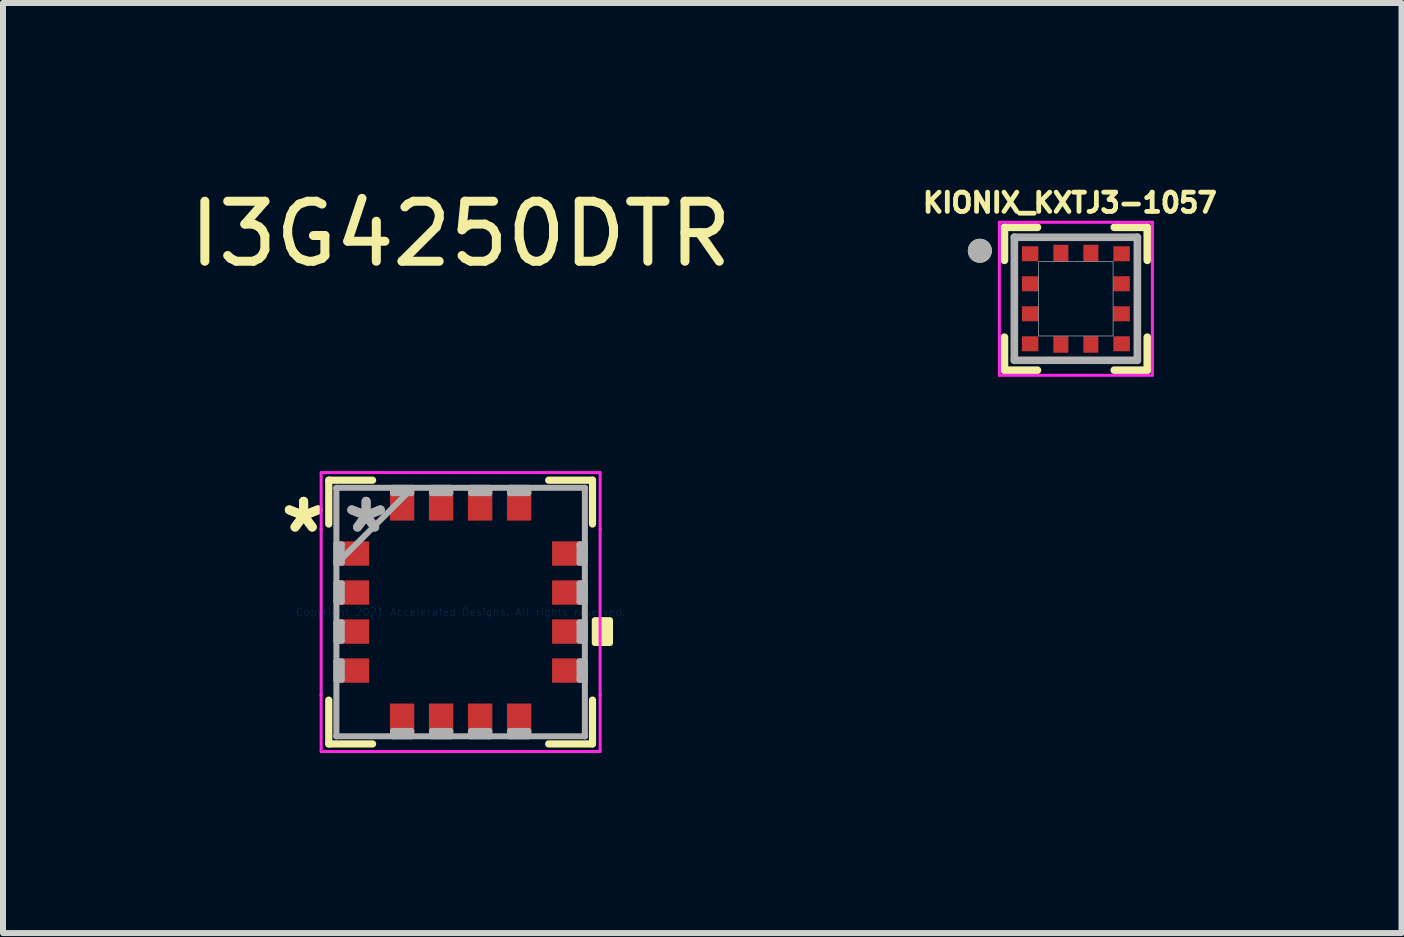
<source format=kicad_pcb>
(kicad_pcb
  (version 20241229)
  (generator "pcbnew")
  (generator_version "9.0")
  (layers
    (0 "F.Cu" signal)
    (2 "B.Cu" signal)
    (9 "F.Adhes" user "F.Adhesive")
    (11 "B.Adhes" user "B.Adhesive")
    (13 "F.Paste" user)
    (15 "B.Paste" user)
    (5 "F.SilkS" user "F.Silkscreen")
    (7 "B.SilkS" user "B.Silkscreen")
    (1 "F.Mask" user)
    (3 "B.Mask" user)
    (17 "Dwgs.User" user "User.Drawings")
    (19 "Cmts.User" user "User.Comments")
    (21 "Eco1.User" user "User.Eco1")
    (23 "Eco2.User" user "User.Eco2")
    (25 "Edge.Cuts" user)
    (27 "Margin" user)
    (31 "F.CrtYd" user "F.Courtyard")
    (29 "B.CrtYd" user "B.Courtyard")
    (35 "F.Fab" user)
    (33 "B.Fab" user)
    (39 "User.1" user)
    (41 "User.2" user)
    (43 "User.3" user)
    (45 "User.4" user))
  (footprint "I3G4250DTR"
    (layer "F.Cu")
    (at 4.625 7.148)
    (property "Reference" "I3G4250DTR" (at 0 -6.3 0) (layer "F.SilkS") (effects (font (size 1 1) (thickness 0.15))))
    (attr through_hole)
    (fp_line (start -2.197 -2.197) (end -2.197 -1.467) (stroke (width 0.12) (type solid)) (layer "F.SilkS"))
    (fp_line (start -2.197 1.467) (end -2.197 2.197) (stroke (width 0.12) (type solid)) (layer "F.SilkS"))
    (fp_line (start -2.197 2.197) (end -1.467 2.197) (stroke (width 0.12) (type solid)) (layer "F.SilkS"))
    (fp_line (start -1.467 -2.197) (end -2.197 -2.197) (stroke (width 0.12) (type solid)) (layer "F.SilkS"))
    (fp_line (start 1.467 2.197) (end 2.197 2.197) (stroke (width 0.12) (type solid)) (layer "F.SilkS"))
    (fp_line (start 2.197 -2.197) (end 1.467 -2.197) (stroke (width 0.12) (type solid)) (layer "F.SilkS"))
    (fp_line (start 2.197 -1.467) (end 2.197 -2.197) (stroke (width 0.12) (type solid)) (layer "F.SilkS"))
    (fp_line (start 2.197 2.197) (end 2.197 1.467) (stroke (width 0.12) (type solid)) (layer "F.SilkS"))
    (fp_poly (pts (xy 2.489 0.135) (xy 2.489 0.516) (xy 2.235 0.516) (xy 2.235 0.135)) (stroke (width 0.1) (type solid)) (fill yes) (layer "F.SilkS"))
    (fp_line (start -2.324 -2.324) (end -1.381 -2.324) (stroke (width 0.05) (type solid)) (layer "F.CrtYd"))
    (fp_line (start -2.324 -1.381) (end -2.324 -2.324) (stroke (width 0.05) (type solid)) (layer "F.CrtYd"))
    (fp_line (start -2.324 -1.381) (end -2.324 -1.381) (stroke (width 0.05) (type solid)) (layer "F.CrtYd"))
    (fp_line (start -2.324 1.381) (end -2.324 -1.381) (stroke (width 0.05) (type solid)) (layer "F.CrtYd"))
    (fp_line (start -2.324 1.381) (end -2.324 1.381) (stroke (width 0.05) (type solid)) (layer "F.CrtYd"))
    (fp_line (start -2.324 2.324) (end -2.324 1.381) (stroke (width 0.05) (type solid)) (layer "F.CrtYd"))
    (fp_line (start -1.381 -2.324) (end -1.381 -2.324) (stroke (width 0.05) (type solid)) (layer "F.CrtYd"))
    (fp_line (start -1.381 -2.324) (end 1.381 -2.324) (stroke (width 0.05) (type solid)) (layer "F.CrtYd"))
    (fp_line (start -1.381 2.324) (end -2.324 2.324) (stroke (width 0.05) (type solid)) (layer "F.CrtYd"))
    (fp_line (start -1.381 2.324) (end -1.381 2.324) (stroke (width 0.05) (type solid)) (layer "F.CrtYd"))
    (fp_line (start 1.381 -2.324) (end 1.381 -2.324) (stroke (width 0.05) (type solid)) (layer "F.CrtYd"))
    (fp_line (start 1.381 -2.324) (end 2.324 -2.324) (stroke (width 0.05) (type solid)) (layer "F.CrtYd"))
    (fp_line (start 1.381 2.324) (end -1.381 2.324) (stroke (width 0.05) (type solid)) (layer "F.CrtYd"))
    (fp_line (start 1.381 2.324) (end 1.381 2.324) (stroke (width 0.05) (type solid)) (layer "F.CrtYd"))
    (fp_line (start 2.324 -2.324) (end 2.324 -1.381) (stroke (width 0.05) (type solid)) (layer "F.CrtYd"))
    (fp_line (start 2.324 -1.381) (end 2.324 -1.381) (stroke (width 0.05) (type solid)) (layer "F.CrtYd"))
    (fp_line (start 2.324 -1.381) (end 2.324 1.381) (stroke (width 0.05) (type solid)) (layer "F.CrtYd"))
    (fp_line (start 2.324 1.381) (end 2.324 1.381) (stroke (width 0.05) (type solid)) (layer "F.CrtYd"))
    (fp_line (start 2.324 1.381) (end 2.324 2.324) (stroke (width 0.05) (type solid)) (layer "F.CrtYd"))
    (fp_line (start 2.324 2.324) (end 1.381 2.324) (stroke (width 0.05) (type solid)) (layer "F.CrtYd"))
    (fp_line (start -2.07 -2.07) (end -2.07 -2.07) (stroke (width 0.1) (type solid)) (layer "F.Fab"))
    (fp_line (start -2.07 -2.07) (end -2.07 2.07) (stroke (width 0.1) (type solid)) (layer "F.Fab"))
    (fp_line (start -2.07 -1.127) (end -1.981 -1.127) (stroke (width 0.1) (type solid)) (layer "F.Fab"))
    (fp_line (start -2.07 -0.823) (end -2.07 -1.127) (stroke (width 0.1) (type solid)) (layer "F.Fab"))
    (fp_line (start -2.07 -0.8) (end -0.8 -2.07) (stroke (width 0.1) (type solid)) (layer "F.Fab"))
    (fp_line (start -2.07 -0.477) (end -1.981 -0.477) (stroke (width 0.1) (type solid)) (layer "F.Fab"))
    (fp_line (start -2.07 -0.173) (end -2.07 -0.477) (stroke (width 0.1) (type solid)) (layer "F.Fab"))
    (fp_line (start -2.07 0.173) (end -1.981 0.173) (stroke (width 0.1) (type solid)) (layer "F.Fab"))
    (fp_line (start -2.07 0.477) (end -2.07 0.173) (stroke (width 0.1) (type solid)) (layer "F.Fab"))
    (fp_line (start -2.07 0.823) (end -1.981 0.823) (stroke (width 0.1) (type solid)) (layer "F.Fab"))
    (fp_line (start -2.07 1.127) (end -2.07 0.823) (stroke (width 0.1) (type solid)) (layer "F.Fab"))
    (fp_line (start -2.07 2.07) (end -2.07 2.07) (stroke (width 0.1) (type solid)) (layer "F.Fab"))
    (fp_line (start -2.07 2.07) (end 2.07 2.07) (stroke (width 0.1) (type solid)) (layer "F.Fab"))
    (fp_line (start -1.981 -1.127) (end -1.981 -0.823) (stroke (width 0.1) (type solid)) (layer "F.Fab"))
    (fp_line (start -1.981 -0.823) (end -2.07 -0.823) (stroke (width 0.1) (type solid)) (layer "F.Fab"))
    (fp_line (start -1.981 -0.477) (end -1.981 -0.173) (stroke (width 0.1) (type solid)) (layer "F.Fab"))
    (fp_line (start -1.981 -0.173) (end -2.07 -0.173) (stroke (width 0.1) (type solid)) (layer "F.Fab"))
    (fp_line (start -1.981 0.173) (end -1.981 0.477) (stroke (width 0.1) (type solid)) (layer "F.Fab"))
    (fp_line (start -1.981 0.477) (end -2.07 0.477) (stroke (width 0.1) (type solid)) (layer "F.Fab"))
    (fp_line (start -1.981 0.823) (end -1.981 1.127) (stroke (width 0.1) (type solid)) (layer "F.Fab"))
    (fp_line (start -1.981 1.127) (end -2.07 1.127) (stroke (width 0.1) (type solid)) (layer "F.Fab"))
    (fp_line (start -1.127 -2.07) (end -0.823 -2.07) (stroke (width 0.1) (type solid)) (layer "F.Fab"))
    (fp_line (start -1.127 -1.981) (end -1.127 -2.07) (stroke (width 0.1) (type solid)) (layer "F.Fab"))
    (fp_line (start -1.127 1.981) (end -0.823 1.981) (stroke (width 0.1) (type solid)) (layer "F.Fab"))
    (fp_line (start -1.127 2.07) (end -1.127 1.981) (stroke (width 0.1) (type solid)) (layer "F.Fab"))
    (fp_line (start -0.823 -2.07) (end -0.823 -1.981) (stroke (width 0.1) (type solid)) (layer "F.Fab"))
    (fp_line (start -0.823 -1.981) (end -1.127 -1.981) (stroke (width 0.1) (type solid)) (layer "F.Fab"))
    (fp_line (start -0.823 1.981) (end -0.823 2.07) (stroke (width 0.1) (type solid)) (layer "F.Fab"))
    (fp_line (start -0.823 2.07) (end -1.127 2.07) (stroke (width 0.1) (type solid)) (layer "F.Fab"))
    (fp_line (start -0.477 -2.07) (end -0.173 -2.07) (stroke (width 0.1) (type solid)) (layer "F.Fab"))
    (fp_line (start -0.477 -1.981) (end -0.477 -2.07) (stroke (width 0.1) (type solid)) (layer "F.Fab"))
    (fp_line (start -0.477 1.981) (end -0.173 1.981) (stroke (width 0.1) (type solid)) (layer "F.Fab"))
    (fp_line (start -0.477 2.07) (end -0.477 1.981) (stroke (width 0.1) (type solid)) (layer "F.Fab"))
    (fp_line (start -0.173 -2.07) (end -0.173 -1.981) (stroke (width 0.1) (type solid)) (layer "F.Fab"))
    (fp_line (start -0.173 -1.981) (end -0.477 -1.981) (stroke (width 0.1) (type solid)) (layer "F.Fab"))
    (fp_line (start -0.173 1.981) (end -0.173 2.07) (stroke (width 0.1) (type solid)) (layer "F.Fab"))
    (fp_line (start -0.173 2.07) (end -0.477 2.07) (stroke (width 0.1) (type solid)) (layer "F.Fab"))
    (fp_line (start 0.173 -2.07) (end 0.477 -2.07) (stroke (width 0.1) (type solid)) (layer "F.Fab"))
    (fp_line (start 0.173 -1.981) (end 0.173 -2.07) (stroke (width 0.1) (type solid)) (layer "F.Fab"))
    (fp_line (start 0.173 1.981) (end 0.477 1.981) (stroke (width 0.1) (type solid)) (layer "F.Fab"))
    (fp_line (start 0.173 2.07) (end 0.173 1.981) (stroke (width 0.1) (type solid)) (layer "F.Fab"))
    (fp_line (start 0.477 -2.07) (end 0.477 -1.981) (stroke (width 0.1) (type solid)) (layer "F.Fab"))
    (fp_line (start 0.477 -1.981) (end 0.173 -1.981) (stroke (width 0.1) (type solid)) (layer "F.Fab"))
    (fp_line (start 0.477 1.981) (end 0.477 2.07) (stroke (width 0.1) (type solid)) (layer "F.Fab"))
    (fp_line (start 0.477 2.07) (end 0.173 2.07) (stroke (width 0.1) (type solid)) (layer "F.Fab"))
    (fp_line (start 0.823 -2.07) (end 1.127 -2.07) (stroke (width 0.1) (type solid)) (layer "F.Fab"))
    (fp_line (start 0.823 -1.981) (end 0.823 -2.07) (stroke (width 0.1) (type solid)) (layer "F.Fab"))
    (fp_line (start 0.823 1.981) (end 1.127 1.981) (stroke (width 0.1) (type solid)) (layer "F.Fab"))
    (fp_line (start 0.823 2.07) (end 0.823 1.981) (stroke (width 0.1) (type solid)) (layer "F.Fab"))
    (fp_line (start 1.127 -2.07) (end 1.127 -1.981) (stroke (width 0.1) (type solid)) (layer "F.Fab"))
    (fp_line (start 1.127 -1.981) (end 0.823 -1.981) (stroke (width 0.1) (type solid)) (layer "F.Fab"))
    (fp_line (start 1.127 1.981) (end 1.127 2.07) (stroke (width 0.1) (type solid)) (layer "F.Fab"))
    (fp_line (start 1.127 2.07) (end 0.823 2.07) (stroke (width 0.1) (type solid)) (layer "F.Fab"))
    (fp_line (start 1.981 -1.127) (end 2.07 -1.127) (stroke (width 0.1) (type solid)) (layer "F.Fab"))
    (fp_line (start 1.981 -0.823) (end 1.981 -1.127) (stroke (width 0.1) (type solid)) (layer "F.Fab"))
    (fp_line (start 1.981 -0.477) (end 2.07 -0.477) (stroke (width 0.1) (type solid)) (layer "F.Fab"))
    (fp_line (start 1.981 -0.173) (end 1.981 -0.477) (stroke (width 0.1) (type solid)) (layer "F.Fab"))
    (fp_line (start 1.981 0.173) (end 2.07 0.173) (stroke (width 0.1) (type solid)) (layer "F.Fab"))
    (fp_line (start 1.981 0.477) (end 1.981 0.173) (stroke (width 0.1) (type solid)) (layer "F.Fab"))
    (fp_line (start 1.981 0.823) (end 2.07 0.823) (stroke (width 0.1) (type solid)) (layer "F.Fab"))
    (fp_line (start 1.981 1.127) (end 1.981 0.823) (stroke (width 0.1) (type solid)) (layer "F.Fab"))
    (fp_line (start 2.07 -2.07) (end -2.07 -2.07) (stroke (width 0.1) (type solid)) (layer "F.Fab"))
    (fp_line (start 2.07 -2.07) (end 2.07 -2.07) (stroke (width 0.1) (type solid)) (layer "F.Fab"))
    (fp_line (start 2.07 -1.127) (end 2.07 -0.823) (stroke (width 0.1) (type solid)) (layer "F.Fab"))
    (fp_line (start 2.07 -0.823) (end 1.981 -0.823) (stroke (width 0.1) (type solid)) (layer "F.Fab"))
    (fp_line (start 2.07 -0.477) (end 2.07 -0.173) (stroke (width 0.1) (type solid)) (layer "F.Fab"))
    (fp_line (start 2.07 -0.173) (end 1.981 -0.173) (stroke (width 0.1) (type solid)) (layer "F.Fab"))
    (fp_line (start 2.07 0.173) (end 2.07 0.477) (stroke (width 0.1) (type solid)) (layer "F.Fab"))
    (fp_line (start 2.07 0.477) (end 1.981 0.477) (stroke (width 0.1) (type solid)) (layer "F.Fab"))
    (fp_line (start 2.07 0.823) (end 2.07 1.127) (stroke (width 0.1) (type solid)) (layer "F.Fab"))
    (fp_line (start 2.07 1.127) (end 1.981 1.127) (stroke (width 0.1) (type solid)) (layer "F.Fab"))
    (fp_line (start 2.07 2.07) (end 2.07 -2.07) (stroke (width 0.1) (type solid)) (layer "F.Fab"))
    (fp_line (start 2.07 2.07) (end 2.07 2.07) (stroke (width 0.1) (type solid)) (layer "F.Fab"))
    (fp_text user "*" (at -2.616 -1.3 0) (layer "F.SilkS") (effects (font (size 1 1) (thickness 0.15))))
    (fp_text user "*" (at -2.616 -1.3 0) (layer "F.SilkS") (effects (font (size 1 1) (thickness 0.15))))
    (fp_text user "Copyright 2021 Accelerated Designs. All rights reserved." (at 0 0 0) (layer "Cmts.User") (effects (font (size 0.127 0.127) (thickness 0.002))))
    (fp_text user "*" (at -1.575 -1.3 0) (layer "F.Fab") (effects (font (size 1 1) (thickness 0.15))))
    (fp_text user "*" (at -1.575 -1.3 0) (layer "F.Fab") (effects (font (size 1 1) (thickness 0.15))))
    (pad "1" smd rect (at -1.778 -0.975 90) (size 0.406 0.508) (layers "F.Cu" "F.Mask" "F.Paste"))
    (pad "2" smd rect (at -1.778 -0.325 90) (size 0.406 0.508) (layers "F.Cu" "F.Mask" "F.Paste"))
    (pad "3" smd rect (at -1.778 0.325 90) (size 0.406 0.508) (layers "F.Cu" "F.Mask" "F.Paste"))
    (pad "4" smd rect (at -1.778 0.975 90) (size 0.406 0.508) (layers "F.Cu" "F.Mask" "F.Paste"))
    (pad "5" smd rect (at -0.975 1.778) (size 0.406 0.508) (layers "F.Cu" "F.Mask" "F.Paste"))
    (pad "6" smd rect (at -0.325 1.778) (size 0.406 0.508) (layers "F.Cu" "F.Mask" "F.Paste"))
    (pad "7" smd rect (at 0.325 1.778) (size 0.406 0.508) (layers "F.Cu" "F.Mask" "F.Paste"))
    (pad "8" smd rect (at 0.975 1.778) (size 0.406 0.508) (layers "F.Cu" "F.Mask" "F.Paste"))
    (pad "9" smd rect (at 1.778 0.975 90) (size 0.406 0.508) (layers "F.Cu" "F.Mask" "F.Paste"))
    (pad "10" smd rect (at 1.778 0.325 90) (size 0.406 0.508) (layers "F.Cu" "F.Mask" "F.Paste"))
    (pad "11" smd rect (at 1.778 -0.325 90) (size 0.406 0.508) (layers "F.Cu" "F.Mask" "F.Paste"))
    (pad "12" smd rect (at 1.778 -0.975 90) (size 0.406 0.508) (layers "F.Cu" "F.Mask" "F.Paste"))
    (pad "13" smd rect (at 0.975 -1.778) (size 0.406 0.508) (layers "F.Cu" "F.Mask" "F.Paste"))
    (pad "14" smd rect (at 0.325 -1.778) (size 0.406 0.508) (layers "F.Cu" "F.Mask" "F.Paste"))
    (pad "15" smd rect (at -0.325 -1.778) (size 0.406 0.508) (layers "F.Cu" "F.Mask" "F.Paste"))
    (pad "16" smd rect (at -0.975 -1.778) (size 0.406 0.508) (layers "F.Cu" "F.Mask" "F.Paste")))
  (footprint "KIONIX_KXTJ3-1057"
    (layer "F.Cu")
    (at 14.876 1.928)
    (property "Reference" "KIONIX_KXTJ3-1057" (at -0.1 -1.6 0) (layer "F.SilkS") (effects (font (size 0.32 0.32) (thickness 0.15))))
    (attr through_hole)
    (fp_line (start -1.19 -1.19) (end -1.19 -0.64) (stroke (width 0.127) (type solid)) (layer "F.SilkS"))
    (fp_line (start -1.19 -1.19) (end -0.64 -1.19) (stroke (width 0.127) (type solid)) (layer "F.SilkS"))
    (fp_line (start -1.19 1.19) (end -1.19 0.64) (stroke (width 0.127) (type solid)) (layer "F.SilkS"))
    (fp_line (start -1.19 1.19) (end -0.64 1.19) (stroke (width 0.127) (type solid)) (layer "F.SilkS"))
    (fp_line (start 0.64 -1.19) (end 1.19 -1.19) (stroke (width 0.127) (type solid)) (layer "F.SilkS"))
    (fp_line (start 0.64 1.19) (end 1.19 1.19) (stroke (width 0.127) (type solid)) (layer "F.SilkS"))
    (fp_line (start 1.19 -0.64) (end 1.19 -1.19) (stroke (width 0.127) (type solid)) (layer "F.SilkS"))
    (fp_line (start 1.19 0.64) (end 1.19 1.19) (stroke (width 0.127) (type solid)) (layer "F.SilkS"))
    (fp_circle (center -1.6 -0.8) (end -1.5 -0.8) (stroke (width 0.2) (type solid)) (fill no) (layer "F.SilkS"))
    (fp_poly (pts (xy -1 -1) (xy 1 -1) (xy 1 1) (xy -1 1)) (stroke (width 0.01) (type solid)) (fill no) (layer "Dwgs.User"))
    (fp_poly (pts (xy -0.62 -0.62) (xy 0.62 -0.62) (xy 0.62 0.62) (xy -0.62 0.62)) (stroke (width 0.01) (type solid)) (fill no) (layer "Dwgs.User"))
    (fp_line (start -1.275 -1.275) (end 1.275 -1.275) (stroke (width 0.05) (type solid)) (layer "F.CrtYd"))
    (fp_line (start -1.275 1.275) (end -1.275 -1.275) (stroke (width 0.05) (type solid)) (layer "F.CrtYd"))
    (fp_line (start 1.275 -1.275) (end 1.275 1.275) (stroke (width 0.05) (type solid)) (layer "F.CrtYd"))
    (fp_line (start 1.275 1.275) (end -1.275 1.275) (stroke (width 0.05) (type solid)) (layer "F.CrtYd"))
    (fp_line (start -1.025 -1.025) (end 1.025 -1.025) (stroke (width 0.127) (type solid)) (layer "F.Fab"))
    (fp_line (start -1.025 1.025) (end -1.025 -1.025) (stroke (width 0.127) (type solid)) (layer "F.Fab"))
    (fp_line (start 1.025 -1.025) (end 1.025 1.025) (stroke (width 0.127) (type solid)) (layer "F.Fab"))
    (fp_line (start 1.025 1.025) (end -1.025 1.025) (stroke (width 0.127) (type solid)) (layer "F.Fab"))
    (fp_circle (center -1.6 -0.8) (end -1.5 -0.8) (stroke (width 0.2) (type solid)) (fill no) (layer "F.Fab"))
    (pad "1" smd rect (at -0.762 -0.75) (size 0.275 0.25) (layers "F.Cu" "F.Mask" "F.Paste"))
    (pad "2" smd rect (at -0.762 -0.25) (size 0.275 0.25) (layers "F.Cu" "F.Mask" "F.Paste"))
    (pad "3" smd rect (at -0.762 0.25) (size 0.275 0.25) (layers "F.Cu" "F.Mask" "F.Paste"))
    (pad "4" smd rect (at -0.762 0.75) (size 0.275 0.25) (layers "F.Cu" "F.Mask" "F.Paste"))
    (pad "5" smd rect (at -0.25 0.762) (size 0.25 0.275) (layers "F.Cu" "F.Mask" "F.Paste"))
    (pad "6" smd rect (at 0.25 0.762) (size 0.25 0.275) (layers "F.Cu" "F.Mask" "F.Paste"))
    (pad "7" smd rect (at 0.762 0.75) (size 0.275 0.25) (layers "F.Cu" "F.Mask" "F.Paste"))
    (pad "8" smd rect (at 0.762 0.25) (size 0.275 0.25) (layers "F.Cu" "F.Mask" "F.Paste"))
    (pad "9" smd rect (at 0.762 -0.25) (size 0.275 0.25) (layers "F.Cu" "F.Mask" "F.Paste"))
    (pad "10" smd rect (at 0.762 -0.75) (size 0.275 0.25) (layers "F.Cu" "F.Mask" "F.Paste"))
    (pad "11" smd rect (at 0.25 -0.762) (size 0.25 0.275) (layers "F.Cu" "F.Mask" "F.Paste"))
    (pad "12" smd rect (at -0.25 -0.762) (size 0.25 0.275) (layers "F.Cu" "F.Mask" "F.Paste")))
  (gr_rect
    (start -3 -3)
    (end 20.302 12.497)
    (stroke (width 0.1) (type default))
    (fill no)
    (layer "Edge.Cuts")))
</source>
